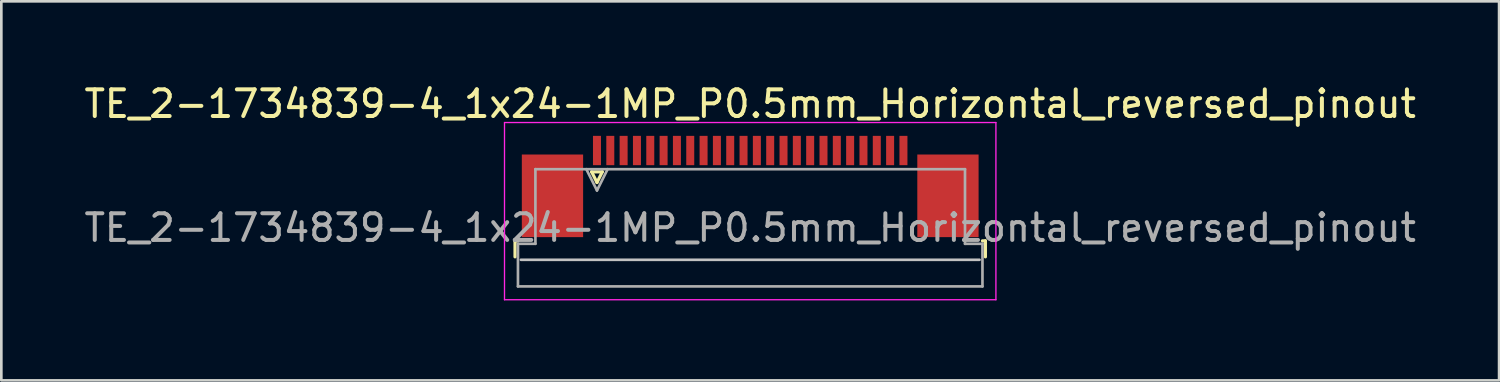
<source format=kicad_pcb>
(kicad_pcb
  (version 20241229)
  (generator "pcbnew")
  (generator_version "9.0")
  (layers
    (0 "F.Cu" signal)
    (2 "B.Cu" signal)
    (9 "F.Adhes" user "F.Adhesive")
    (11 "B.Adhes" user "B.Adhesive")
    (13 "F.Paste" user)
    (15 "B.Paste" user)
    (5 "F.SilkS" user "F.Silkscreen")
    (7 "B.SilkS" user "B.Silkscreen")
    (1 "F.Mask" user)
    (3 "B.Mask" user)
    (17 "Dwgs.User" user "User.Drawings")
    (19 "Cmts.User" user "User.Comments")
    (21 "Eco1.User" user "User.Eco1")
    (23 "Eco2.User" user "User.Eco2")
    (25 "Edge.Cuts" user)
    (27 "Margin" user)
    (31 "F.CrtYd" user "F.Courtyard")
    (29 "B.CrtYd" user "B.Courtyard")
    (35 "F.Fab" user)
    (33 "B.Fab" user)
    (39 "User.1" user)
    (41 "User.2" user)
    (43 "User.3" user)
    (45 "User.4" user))
  (footprint "TE_2-1734839-4_1x24-1MP_P0.5mm_Horizontal_reversed_pinout"
    (layer "F.Cu")
    (at 25.101 3.948)
    (property "Reference" "TE_2-1734839-4_1x24-1MP_P0.5mm_Horizontal_reversed_pinout" (at 0 -3.1 0) (layer "F.SilkS") (effects (font (size 1 1) (thickness 0.15))))
    (attr smd)
    (fp_line (start -8.825 2.04) (end -8.825 2.64) (stroke (width 0.12) (type solid)) (layer "F.SilkS"))
    (fp_line (start -8.715 2.04) (end -8.825 2.04) (stroke (width 0.12) (type solid)) (layer "F.SilkS"))
    (fp_line (start -5.95 -0.55) (end -5.75 -0.15) (stroke (width 0.12) (type solid)) (layer "F.SilkS"))
    (fp_line (start -5.75 -0.15) (end -5.55 -0.55) (stroke (width 0.12) (type solid)) (layer "F.SilkS"))
    (fp_line (start -5.55 -0.55) (end -5.95 -0.55) (stroke (width 0.12) (type solid)) (layer "F.SilkS"))
    (fp_line (start 8.715 2.04) (end 8.825 2.04) (stroke (width 0.12) (type solid)) (layer "F.SilkS"))
    (fp_line (start 8.825 2.04) (end 8.825 2.64) (stroke (width 0.12) (type solid)) (layer "F.SilkS"))
    (fp_line (start 8.605 2.75) (end -8.605 2.75) (stroke (width 0.1) (type solid)) (layer "Dwgs.User"))
    (fp_line (start -9.22 -2.4) (end -9.22 4.25) (stroke (width 0.05) (type solid)) (layer "F.CrtYd"))
    (fp_line (start -9.22 4.25) (end 9.22 4.25) (stroke (width 0.05) (type solid)) (layer "F.CrtYd"))
    (fp_line (start 9.22 -2.4) (end -9.22 -2.4) (stroke (width 0.05) (type solid)) (layer "F.CrtYd"))
    (fp_line (start 9.22 4.25) (end 9.22 -2.4) (stroke (width 0.05) (type solid)) (layer "F.CrtYd"))
    (fp_line (start -8.715 2.15) (end -8.06 2.15) (stroke (width 0.1) (type solid)) (layer "F.Fab"))
    (fp_line (start -8.715 3.75) (end -8.715 2.15) (stroke (width 0.1) (type solid)) (layer "F.Fab"))
    (fp_line (start -8.06 -0.65) (end 8.06 -0.65) (stroke (width 0.1) (type solid)) (layer "F.Fab"))
    (fp_line (start -8.06 2.15) (end -8.06 -0.65) (stroke (width 0.1) (type solid)) (layer "F.Fab"))
    (fp_line (start -6.15 -0.65) (end -5.75 0.15) (stroke (width 0.1) (type solid)) (layer "F.Fab"))
    (fp_line (start -5.75 0.15) (end -5.35 -0.65) (stroke (width 0.1) (type solid)) (layer "F.Fab"))
    (fp_line (start 8.06 -0.65) (end 8.06 2.15) (stroke (width 0.1) (type solid)) (layer "F.Fab"))
    (fp_line (start 8.06 2.15) (end 8.715 2.15) (stroke (width 0.1) (type solid)) (layer "F.Fab"))
    (fp_line (start 8.715 2.15) (end 8.715 3.75) (stroke (width 0.1) (type solid)) (layer "F.Fab"))
    (fp_line (start 8.715 3.75) (end -8.715 3.75) (stroke (width 0.1) (type solid)) (layer "F.Fab"))
    (fp_text user "${REFERENCE}" (at 0 1.55 0) (layer "F.Fab") (effects (font (size 1 1) (thickness 0.15))))
    (pad "1" smd rect (at 5.75 -1.35 180) (size 0.3 1.1) (layers "F.Cu" "F.Mask" "F.Paste"))
    (pad "2" smd rect (at 5.25 -1.35 180) (size 0.3 1.1) (layers "F.Cu" "F.Mask" "F.Paste"))
    (pad "3" smd rect (at 4.75 -1.35 180) (size 0.3 1.1) (layers "F.Cu" "F.Mask" "F.Paste"))
    (pad "4" smd rect (at 4.25 -1.35 180) (size 0.3 1.1) (layers "F.Cu" "F.Mask" "F.Paste"))
    (pad "5" smd rect (at 3.75 -1.35 180) (size 0.3 1.1) (layers "F.Cu" "F.Mask" "F.Paste"))
    (pad "6" smd rect (at 3.25 -1.35 180) (size 0.3 1.1) (layers "F.Cu" "F.Mask" "F.Paste"))
    (pad "7" smd rect (at 2.75 -1.35 180) (size 0.3 1.1) (layers "F.Cu" "F.Mask" "F.Paste"))
    (pad "8" smd rect (at 2.25 -1.35 180) (size 0.3 1.1) (layers "F.Cu" "F.Mask" "F.Paste"))
    (pad "9" smd rect (at 1.75 -1.35 180) (size 0.3 1.1) (layers "F.Cu" "F.Mask" "F.Paste"))
    (pad "10" smd rect (at 1.25 -1.35 180) (size 0.3 1.1) (layers "F.Cu" "F.Mask" "F.Paste"))
    (pad "11" smd rect (at 0.75 -1.35 180) (size 0.3 1.1) (layers "F.Cu" "F.Mask" "F.Paste"))
    (pad "12" smd rect (at 0.25 -1.35 180) (size 0.3 1.1) (layers "F.Cu" "F.Mask" "F.Paste"))
    (pad "13" smd rect (at -0.25 -1.35 180) (size 0.3 1.1) (layers "F.Cu" "F.Mask" "F.Paste"))
    (pad "14" smd rect (at -0.75 -1.35 180) (size 0.3 1.1) (layers "F.Cu" "F.Mask" "F.Paste"))
    (pad "15" smd rect (at -1.25 -1.35 180) (size 0.3 1.1) (layers "F.Cu" "F.Mask" "F.Paste"))
    (pad "16" smd rect (at -1.75 -1.35 180) (size 0.3 1.1) (layers "F.Cu" "F.Mask" "F.Paste"))
    (pad "17" smd rect (at -2.25 -1.35 180) (size 0.3 1.1) (layers "F.Cu" "F.Mask" "F.Paste"))
    (pad "18" smd rect (at -2.75 -1.35 180) (size 0.3 1.1) (layers "F.Cu" "F.Mask" "F.Paste"))
    (pad "19" smd rect (at -3.25 -1.35 180) (size 0.3 1.1) (layers "F.Cu" "F.Mask" "F.Paste"))
    (pad "20" smd rect (at -3.75 -1.35 180) (size 0.3 1.1) (layers "F.Cu" "F.Mask" "F.Paste"))
    (pad "21" smd rect (at -4.25 -1.35 180) (size 0.3 1.1) (layers "F.Cu" "F.Mask" "F.Paste"))
    (pad "22" smd rect (at -4.75 -1.35 180) (size 0.3 1.1) (layers "F.Cu" "F.Mask" "F.Paste"))
    (pad "23" smd rect (at -5.25 -1.35 180) (size 0.3 1.1) (layers "F.Cu" "F.Mask" "F.Paste"))
    (pad "24" smd rect (at -5.75 -1.35 180) (size 0.3 1.1) (layers "F.Cu" "F.Mask" "F.Paste"))
    (pad "MP" smd rect (at -7.42 0.35) (size 2.3 3.1) (layers "F.Cu" "F.Mask" "F.Paste"))
    (pad "MP" smd rect (at 7.42 0.35) (size 2.3 3.1) (layers "F.Cu" "F.Mask" "F.Paste")))
  (gr_rect
    (start -3 -3)
    (end 53.202 11.223)
    (stroke (width 0.1) (type default))
    (fill no)
    (layer "Edge.Cuts")))
</source>
